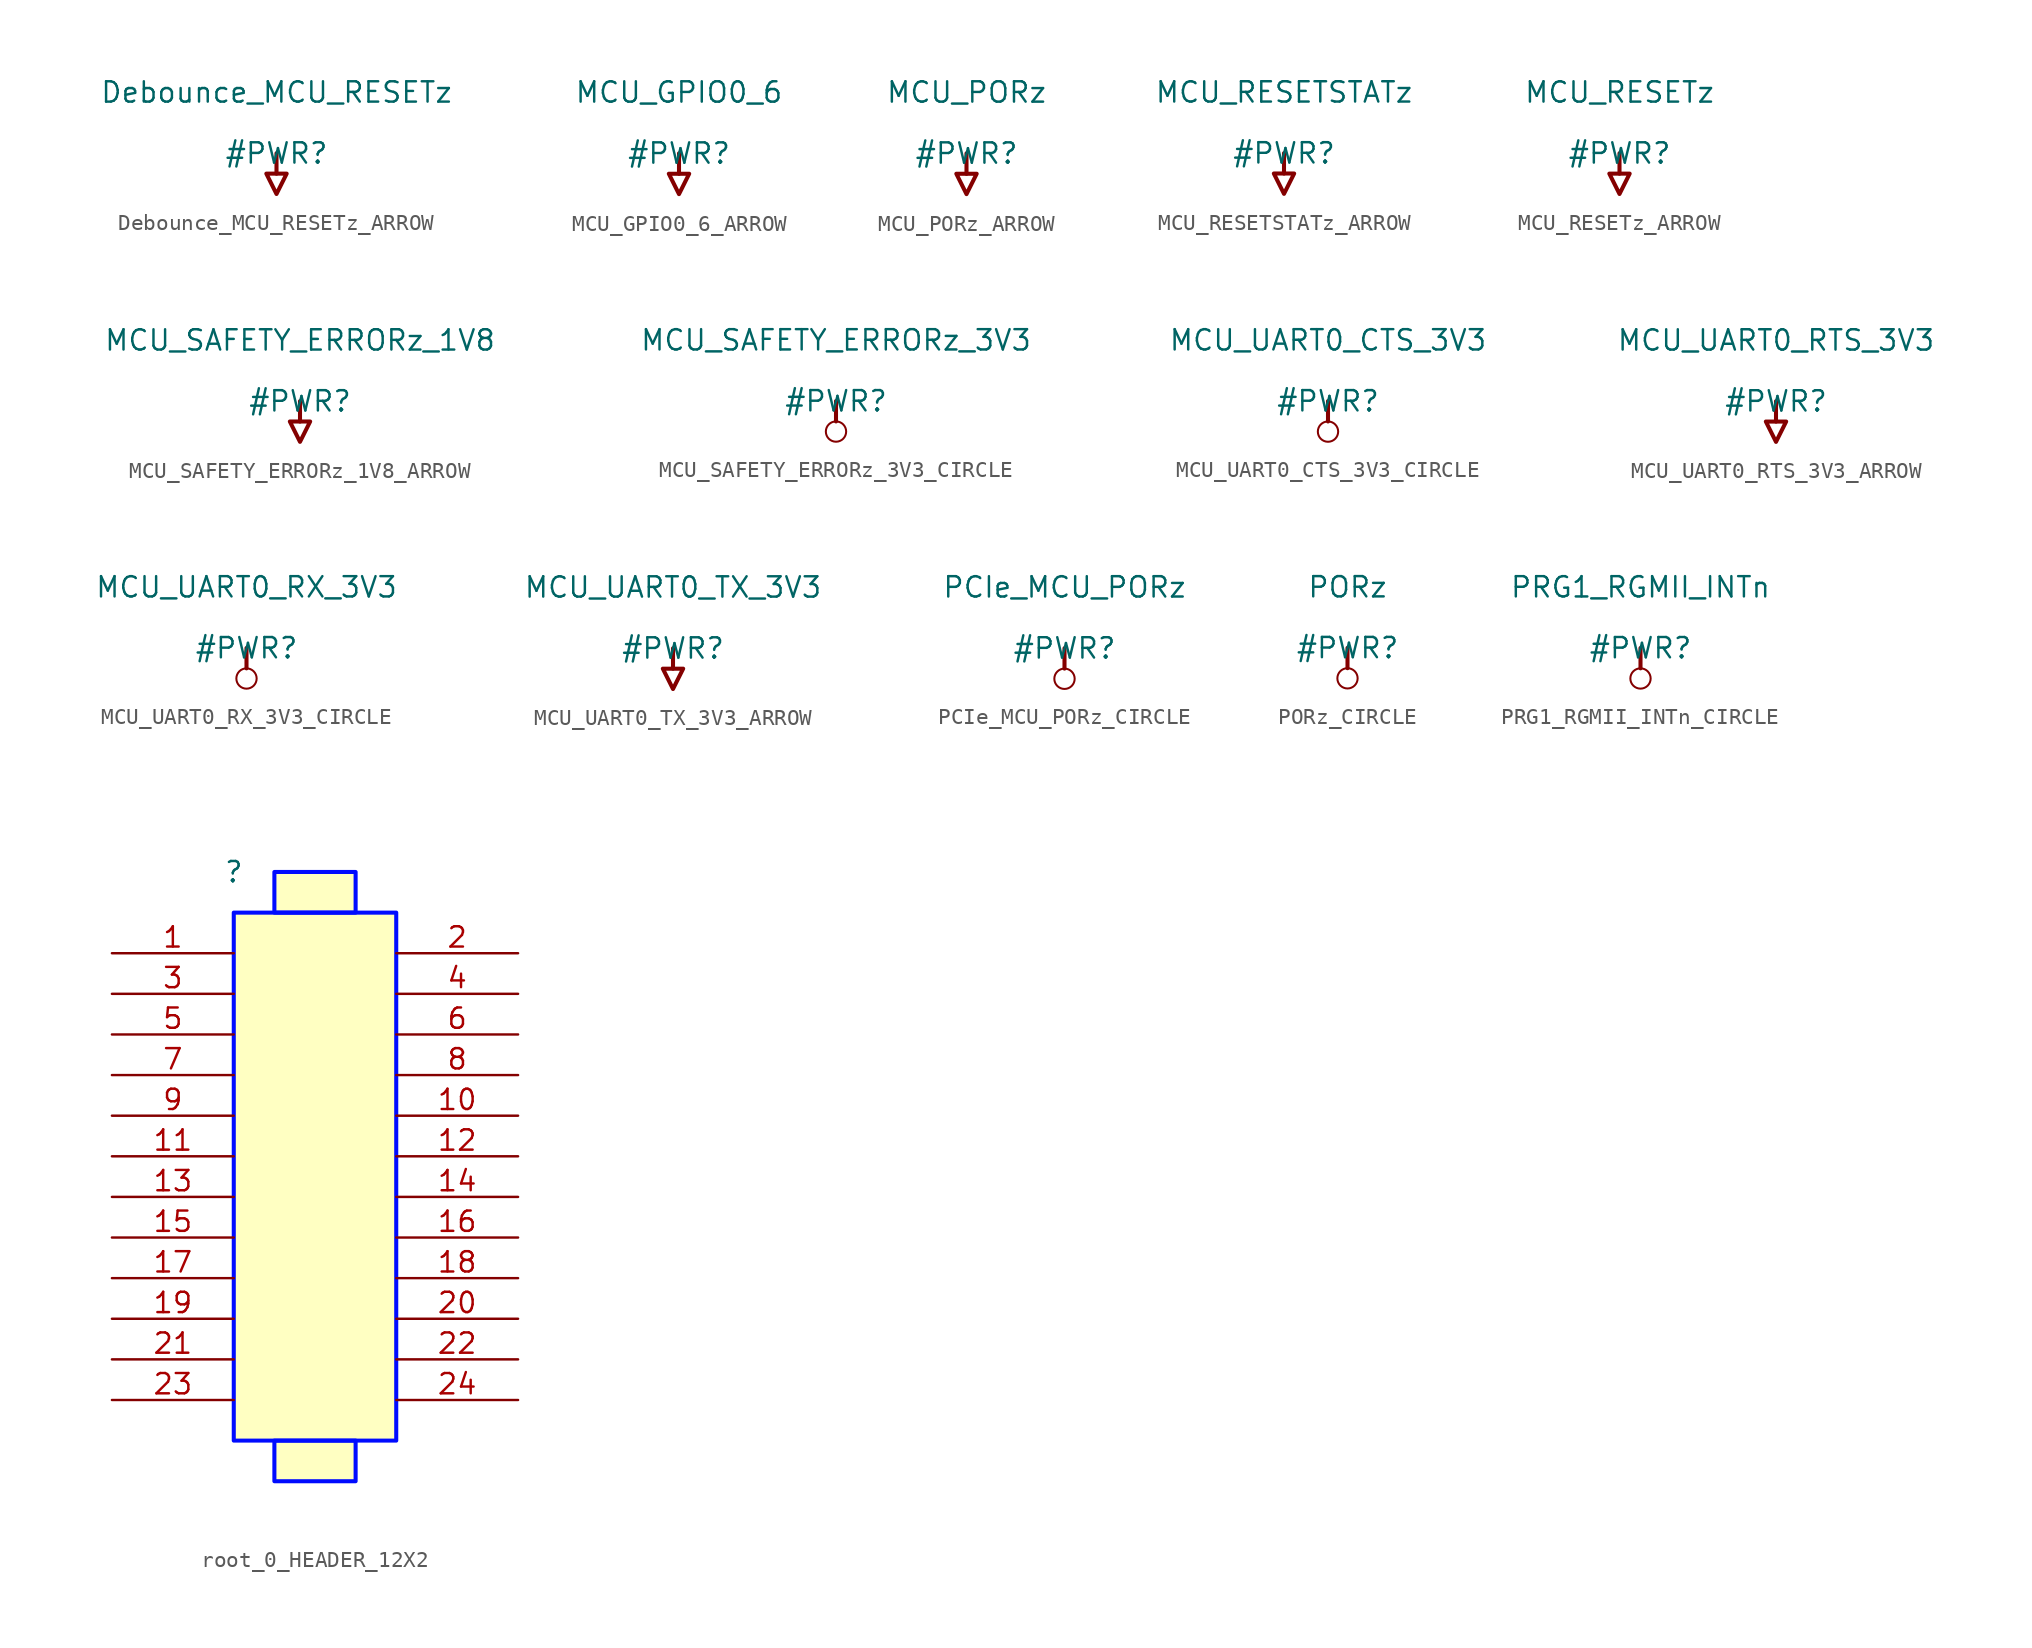
<source format=kicad_sym>
(kicad_symbol_lib
  (version 20231120)
  (generator "kicad_symbol_editor")
  (generator_version "8.0")
  (symbol "Debounce_MCU_RESETz_ARROW"
    (power)
    (property "Reference" "#PWR"
      (at 0 0 0)
      (effects (font (size 1.27 1.27))))
    (property "Value" "Debounce_MCU_RESETz"
      (at 0 3.81 0)
      (effects (font (size 1.27 1.27))))
    (symbol "Debounce_MCU_RESETz_ARROW_0_0"
      (polyline (pts (xy 0 0) (xy 0 -1.27)) (stroke (width 0.254) (type solid)) (fill (type none)))
      (polyline (pts (xy -0.635 -1.27) (xy 0.635 -1.27) (xy 0 -2.54) (xy -0.635 -1.27)) (stroke (width 0.254) (type solid)) (fill (type none)))
      (pin power_in line (at 0 0 0) (length 0) hide (name "Debounce_MCU_RESETz" (effects (font (size 1.27 1.27)))) (number "" (effects (font (size 1.27 1.27)))))))
  (symbol "MCU_GPIO0_6_ARROW"
    (power)
    (property "Reference" "#PWR"
      (at 0 0 0)
      (effects (font (size 1.27 1.27))))
    (property "Value" "MCU_GPIO0_6"
      (at 0 3.81 0)
      (effects (font (size 1.27 1.27))))
    (symbol "MCU_GPIO0_6_ARROW_0_0"
      (polyline (pts (xy 0 0) (xy 0 -1.27)) (stroke (width 0.254) (type solid)) (fill (type none)))
      (polyline (pts (xy -0.635 -1.27) (xy 0.635 -1.27) (xy 0 -2.54) (xy -0.635 -1.27)) (stroke (width 0.254) (type solid)) (fill (type none)))
      (pin power_in line (at 0 0 0) (length 0) hide (name "MCU_GPIO0_6" (effects (font (size 1.27 1.27)))) (number "" (effects (font (size 1.27 1.27)))))))
  (symbol "MCU_PORz_ARROW"
    (power)
    (property "Reference" "#PWR"
      (at 0 0 0)
      (effects (font (size 1.27 1.27))))
    (property "Value" "MCU_PORz"
      (at 0 3.81 0)
      (effects (font (size 1.27 1.27))))
    (symbol "MCU_PORz_ARROW_0_0"
      (polyline (pts (xy 0 0) (xy 0 -1.27)) (stroke (width 0.254) (type solid)) (fill (type none)))
      (polyline (pts (xy -0.635 -1.27) (xy 0.635 -1.27) (xy 0 -2.54) (xy -0.635 -1.27)) (stroke (width 0.254) (type solid)) (fill (type none)))
      (pin power_in line (at 0 0 0) (length 0) hide (name "MCU_PORz" (effects (font (size 1.27 1.27)))) (number "" (effects (font (size 1.27 1.27)))))))
  (symbol "MCU_RESETSTATz_ARROW"
    (power)
    (property "Reference" "#PWR"
      (at 0 0 0)
      (effects (font (size 1.27 1.27))))
    (property "Value" "MCU_RESETSTATz"
      (at 0 3.81 0)
      (effects (font (size 1.27 1.27))))
    (symbol "MCU_RESETSTATz_ARROW_0_0"
      (polyline (pts (xy 0 0) (xy 0 -1.27)) (stroke (width 0.254) (type solid)) (fill (type none)))
      (polyline (pts (xy -0.635 -1.27) (xy 0.635 -1.27) (xy 0 -2.54) (xy -0.635 -1.27)) (stroke (width 0.254) (type solid)) (fill (type none)))
      (pin power_in line (at 0 0 0) (length 0) hide (name "MCU_RESETSTATz" (effects (font (size 1.27 1.27)))) (number "" (effects (font (size 1.27 1.27)))))))
  (symbol "MCU_RESETz_ARROW"
    (power)
    (property "Reference" "#PWR"
      (at 0 0 0)
      (effects (font (size 1.27 1.27))))
    (property "Value" "MCU_RESETz"
      (at 0 3.81 0)
      (effects (font (size 1.27 1.27))))
    (symbol "MCU_RESETz_ARROW_0_0"
      (polyline (pts (xy 0 0) (xy 0 -1.27)) (stroke (width 0.254) (type solid)) (fill (type none)))
      (polyline (pts (xy -0.635 -1.27) (xy 0.635 -1.27) (xy 0 -2.54) (xy -0.635 -1.27)) (stroke (width 0.254) (type solid)) (fill (type none)))
      (pin power_in line (at 0 0 0) (length 0) hide (name "MCU_RESETz" (effects (font (size 1.27 1.27)))) (number "" (effects (font (size 1.27 1.27)))))))
  (symbol "MCU_SAFETY_ERRORz_1V8_ARROW"
    (power)
    (property "Reference" "#PWR"
      (at 0 0 0)
      (effects (font (size 1.27 1.27))))
    (property "Value" "MCU_SAFETY_ERRORz_1V8"
      (at 0 3.81 0)
      (effects (font (size 1.27 1.27))))
    (symbol "MCU_SAFETY_ERRORz_1V8_ARROW_0_0"
      (polyline (pts (xy 0 0) (xy 0 -1.27)) (stroke (width 0.254) (type solid)) (fill (type none)))
      (polyline (pts (xy -0.635 -1.27) (xy 0.635 -1.27) (xy 0 -2.54) (xy -0.635 -1.27)) (stroke (width 0.254) (type solid)) (fill (type none)))
      (pin power_in line (at 0 0 0) (length 0) hide (name "MCU_SAFETY_ERRORz_1V8" (effects (font (size 1.27 1.27)))) (number "" (effects (font (size 1.27 1.27)))))))
  (symbol "MCU_SAFETY_ERRORz_3V3_CIRCLE"
    (power)
    (property "Reference" "#PWR"
      (at 0 0 0)
      (effects (font (size 1.27 1.27))))
    (property "Value" "MCU_SAFETY_ERRORz_3V3"
      (at 0 3.81 0)
      (effects (font (size 1.27 1.27))))
    (symbol "MCU_SAFETY_ERRORz_3V3_CIRCLE_0_0"
      (circle (center 0 -1.905) (radius 0.635) (stroke (width 0.127) (type solid)) (fill (type none)))
      (polyline (pts (xy 0 0) (xy 0 -1.27)) (stroke (width 0.254) (type solid)) (fill (type none)))
      (pin power_in line (at 0 0 0) (length 0) hide (name "MCU_SAFETY_ERRORz_3V3" (effects (font (size 1.27 1.27)))) (number "" (effects (font (size 1.27 1.27)))))))
  (symbol "MCU_UART0_CTS_3V3_CIRCLE"
    (power)
    (property "Reference" "#PWR"
      (at 0 0 0)
      (effects (font (size 1.27 1.27))))
    (property "Value" "MCU_UART0_CTS_3V3"
      (at 0 3.81 0)
      (effects (font (size 1.27 1.27))))
    (symbol "MCU_UART0_CTS_3V3_CIRCLE_0_0"
      (circle (center 0 -1.905) (radius 0.635) (stroke (width 0.127) (type solid)) (fill (type none)))
      (polyline (pts (xy 0 0) (xy 0 -1.27)) (stroke (width 0.254) (type solid)) (fill (type none)))
      (pin power_in line (at 0 0 0) (length 0) hide (name "MCU_UART0_CTS_3V3" (effects (font (size 1.27 1.27)))) (number "" (effects (font (size 1.27 1.27)))))))
  (symbol "MCU_UART0_RTS_3V3_ARROW"
    (power)
    (property "Reference" "#PWR"
      (at 0 0 0)
      (effects (font (size 1.27 1.27))))
    (property "Value" "MCU_UART0_RTS_3V3"
      (at 0 3.81 0)
      (effects (font (size 1.27 1.27))))
    (symbol "MCU_UART0_RTS_3V3_ARROW_0_0"
      (polyline (pts (xy 0 0) (xy 0 -1.27)) (stroke (width 0.254) (type solid)) (fill (type none)))
      (polyline (pts (xy -0.635 -1.27) (xy 0.635 -1.27) (xy 0 -2.54) (xy -0.635 -1.27)) (stroke (width 0.254) (type solid)) (fill (type none)))
      (pin power_in line (at 0 0 0) (length 0) hide (name "MCU_UART0_RTS_3V3" (effects (font (size 1.27 1.27)))) (number "" (effects (font (size 1.27 1.27)))))))
  (symbol "MCU_UART0_RX_3V3_CIRCLE"
    (power)
    (property "Reference" "#PWR"
      (at 0 0 0)
      (effects (font (size 1.27 1.27))))
    (property "Value" "MCU_UART0_RX_3V3"
      (at 0 3.81 0)
      (effects (font (size 1.27 1.27))))
    (symbol "MCU_UART0_RX_3V3_CIRCLE_0_0"
      (circle (center 0 -1.905) (radius 0.635) (stroke (width 0.127) (type solid)) (fill (type none)))
      (polyline (pts (xy 0 0) (xy 0 -1.27)) (stroke (width 0.254) (type solid)) (fill (type none)))
      (pin power_in line (at 0 0 0) (length 0) hide (name "MCU_UART0_RX_3V3" (effects (font (size 1.27 1.27)))) (number "" (effects (font (size 1.27 1.27)))))))
  (symbol "MCU_UART0_TX_3V3_ARROW"
    (power)
    (property "Reference" "#PWR"
      (at 0 0 0)
      (effects (font (size 1.27 1.27))))
    (property "Value" "MCU_UART0_TX_3V3"
      (at 0 3.81 0)
      (effects (font (size 1.27 1.27))))
    (symbol "MCU_UART0_TX_3V3_ARROW_0_0"
      (polyline (pts (xy 0 0) (xy 0 -1.27)) (stroke (width 0.254) (type solid)) (fill (type none)))
      (polyline (pts (xy -0.635 -1.27) (xy 0.635 -1.27) (xy 0 -2.54) (xy -0.635 -1.27)) (stroke (width 0.254) (type solid)) (fill (type none)))
      (pin power_in line (at 0 0 0) (length 0) hide (name "MCU_UART0_TX_3V3" (effects (font (size 1.27 1.27)))) (number "" (effects (font (size 1.27 1.27)))))))
  (symbol "PCIe_MCU_PORz_CIRCLE"
    (power)
    (property "Reference" "#PWR"
      (at 0 0 0)
      (effects (font (size 1.27 1.27))))
    (property "Value" "PCIe_MCU_PORz"
      (at 0 3.81 0)
      (effects (font (size 1.27 1.27))))
    (symbol "PCIe_MCU_PORz_CIRCLE_0_0"
      (circle (center 0 -1.905) (radius 0.635) (stroke (width 0.127) (type solid)) (fill (type none)))
      (polyline (pts (xy 0 0) (xy 0 -1.27)) (stroke (width 0.254) (type solid)) (fill (type none)))
      (pin power_in line (at 0 0 0) (length 0) hide (name "PCIe_MCU_PORz" (effects (font (size 1.27 1.27)))) (number "" (effects (font (size 1.27 1.27)))))))
  (symbol "PORz_CIRCLE"
    (power)
    (property "Reference" "#PWR"
      (at 0 0 0)
      (effects (font (size 1.27 1.27))))
    (property "Value" "PORz"
      (at 0 3.81 0)
      (effects (font (size 1.27 1.27))))
    (symbol "PORz_CIRCLE_0_0"
      (circle (center 0 -1.905) (radius 0.635) (stroke (width 0.127) (type solid)) (fill (type none)))
      (polyline (pts (xy 0 0) (xy 0 -1.27)) (stroke (width 0.254) (type solid)) (fill (type none)))
      (pin power_in line (at 0 0 0) (length 0) hide (name "PORz" (effects (font (size 1.27 1.27)))) (number "" (effects (font (size 1.27 1.27)))))))
  (symbol "PRG1_RGMII_INTn_CIRCLE"
    (power)
    (property "Reference" "#PWR"
      (at 0 0 0)
      (effects (font (size 1.27 1.27))))
    (property "Value" "PRG1_RGMII_INTn"
      (at 0 3.81 0)
      (effects (font (size 1.27 1.27))))
    (symbol "PRG1_RGMII_INTn_CIRCLE_0_0"
      (circle (center 0 -1.905) (radius 0.635) (stroke (width 0.127) (type solid)) (fill (type none)))
      (polyline (pts (xy 0 0) (xy 0 -1.27)) (stroke (width 0.254) (type solid)) (fill (type none)))
      (pin power_in line (at 0 0 0) (length 0) hide (name "PRG1_RGMII_INTn" (effects (font (size 1.27 1.27)))) (number "" (effects (font (size 1.27 1.27)))))))
  (symbol "root_0_HEADER_12X2"
    (property "Reference" ""
      (at 0 0 0)
      (effects (font (size 1.27 1.27))))
    (property "Value" ""
      (at 0 0 0)
      (effects (font (size 1.27 1.27))))
    (symbol "root_0_HEADER_12X2_1_0"
      (rectangle (start 7.62 -35.56) (end 2.54 -38.1) (stroke (width 0.254) (type solid) (color 0 11 255 1)) (fill (type background)))
      (rectangle (start 7.62 0) (end 2.54 -2.54) (stroke (width 0.254) (type solid) (color 0 11 255 1)) (fill (type background)))
      (rectangle (start 10.16 -2.54) (end 0 -35.56) (stroke (width 0.254) (type solid) (color 0 11 255 1)) (fill (type background)))
      (pin passive line (at -7.62 -5.08 0) (length 7.62) (name "1" (effects (font (size 0 0)))) (number "1" (effects (font (size 1.27 1.27)))))
      (pin passive line (at 17.78 -15.24 180) (length 7.62) (name "10" (effects (font (size 0 0)))) (number "10" (effects (font (size 1.27 1.27)))))
      (pin passive line (at -7.62 -17.78 0) (length 7.62) (name "11" (effects (font (size 0 0)))) (number "11" (effects (font (size 1.27 1.27)))))
      (pin passive line (at 17.78 -17.78 180) (length 7.62) (name "12" (effects (font (size 0 0)))) (number "12" (effects (font (size 1.27 1.27)))))
      (pin passive line (at -7.62 -20.32 0) (length 7.62) (name "13" (effects (font (size 0 0)))) (number "13" (effects (font (size 1.27 1.27)))))
      (pin passive line (at 17.78 -20.32 180) (length 7.62) (name "14" (effects (font (size 0 0)))) (number "14" (effects (font (size 1.27 1.27)))))
      (pin passive line (at -7.62 -22.86 0) (length 7.62) (name "15" (effects (font (size 0 0)))) (number "15" (effects (font (size 1.27 1.27)))))
      (pin passive line (at 17.78 -22.86 180) (length 7.62) (name "16" (effects (font (size 0 0)))) (number "16" (effects (font (size 1.27 1.27)))))
      (pin passive line (at -7.62 -25.4 0) (length 7.62) (name "17" (effects (font (size 0 0)))) (number "17" (effects (font (size 1.27 1.27)))))
      (pin passive line (at 17.78 -25.4 180) (length 7.62) (name "18" (effects (font (size 0 0)))) (number "18" (effects (font (size 1.27 1.27)))))
      (pin passive line (at -7.62 -27.94 0) (length 7.62) (name "19" (effects (font (size 0 0)))) (number "19" (effects (font (size 1.27 1.27)))))
      (pin passive line (at 17.78 -5.08 180) (length 7.62) (name "2" (effects (font (size 0 0)))) (number "2" (effects (font (size 1.27 1.27)))))
      (pin passive line (at 17.78 -27.94 180) (length 7.62) (name "20" (effects (font (size 0 0)))) (number "20" (effects (font (size 1.27 1.27)))))
      (pin passive line (at -7.62 -30.48 0) (length 7.62) (name "21" (effects (font (size 0 0)))) (number "21" (effects (font (size 1.27 1.27)))))
      (pin passive line (at 17.78 -30.48 180) (length 7.62) (name "22" (effects (font (size 0 0)))) (number "22" (effects (font (size 1.27 1.27)))))
      (pin passive line (at -7.62 -33.02 0) (length 7.62) (name "23" (effects (font (size 0 0)))) (number "23" (effects (font (size 1.27 1.27)))))
      (pin passive line (at 17.78 -33.02 180) (length 7.62) (name "24" (effects (font (size 0 0)))) (number "24" (effects (font (size 1.27 1.27)))))
      (pin passive line (at -7.62 -7.62 0) (length 7.62) (name "3" (effects (font (size 0 0)))) (number "3" (effects (font (size 1.27 1.27)))))
      (pin passive line (at 17.78 -7.62 180) (length 7.62) (name "4" (effects (font (size 0 0)))) (number "4" (effects (font (size 1.27 1.27)))))
      (pin passive line (at -7.62 -10.16 0) (length 7.62) (name "5" (effects (font (size 0 0)))) (number "5" (effects (font (size 1.27 1.27)))))
      (pin passive line (at 17.78 -10.16 180) (length 7.62) (name "6" (effects (font (size 0 0)))) (number "6" (effects (font (size 1.27 1.27)))))
      (pin passive line (at -7.62 -12.7 0) (length 7.62) (name "7" (effects (font (size 0 0)))) (number "7" (effects (font (size 1.27 1.27)))))
      (pin passive line (at 17.78 -12.7 180) (length 7.62) (name "8" (effects (font (size 0 0)))) (number "8" (effects (font (size 1.27 1.27)))))
      (pin passive line (at -7.62 -15.24 0) (length 7.62) (name "9" (effects (font (size 0 0)))) (number "9" (effects (font (size 1.27 1.27))))))))
</source>
